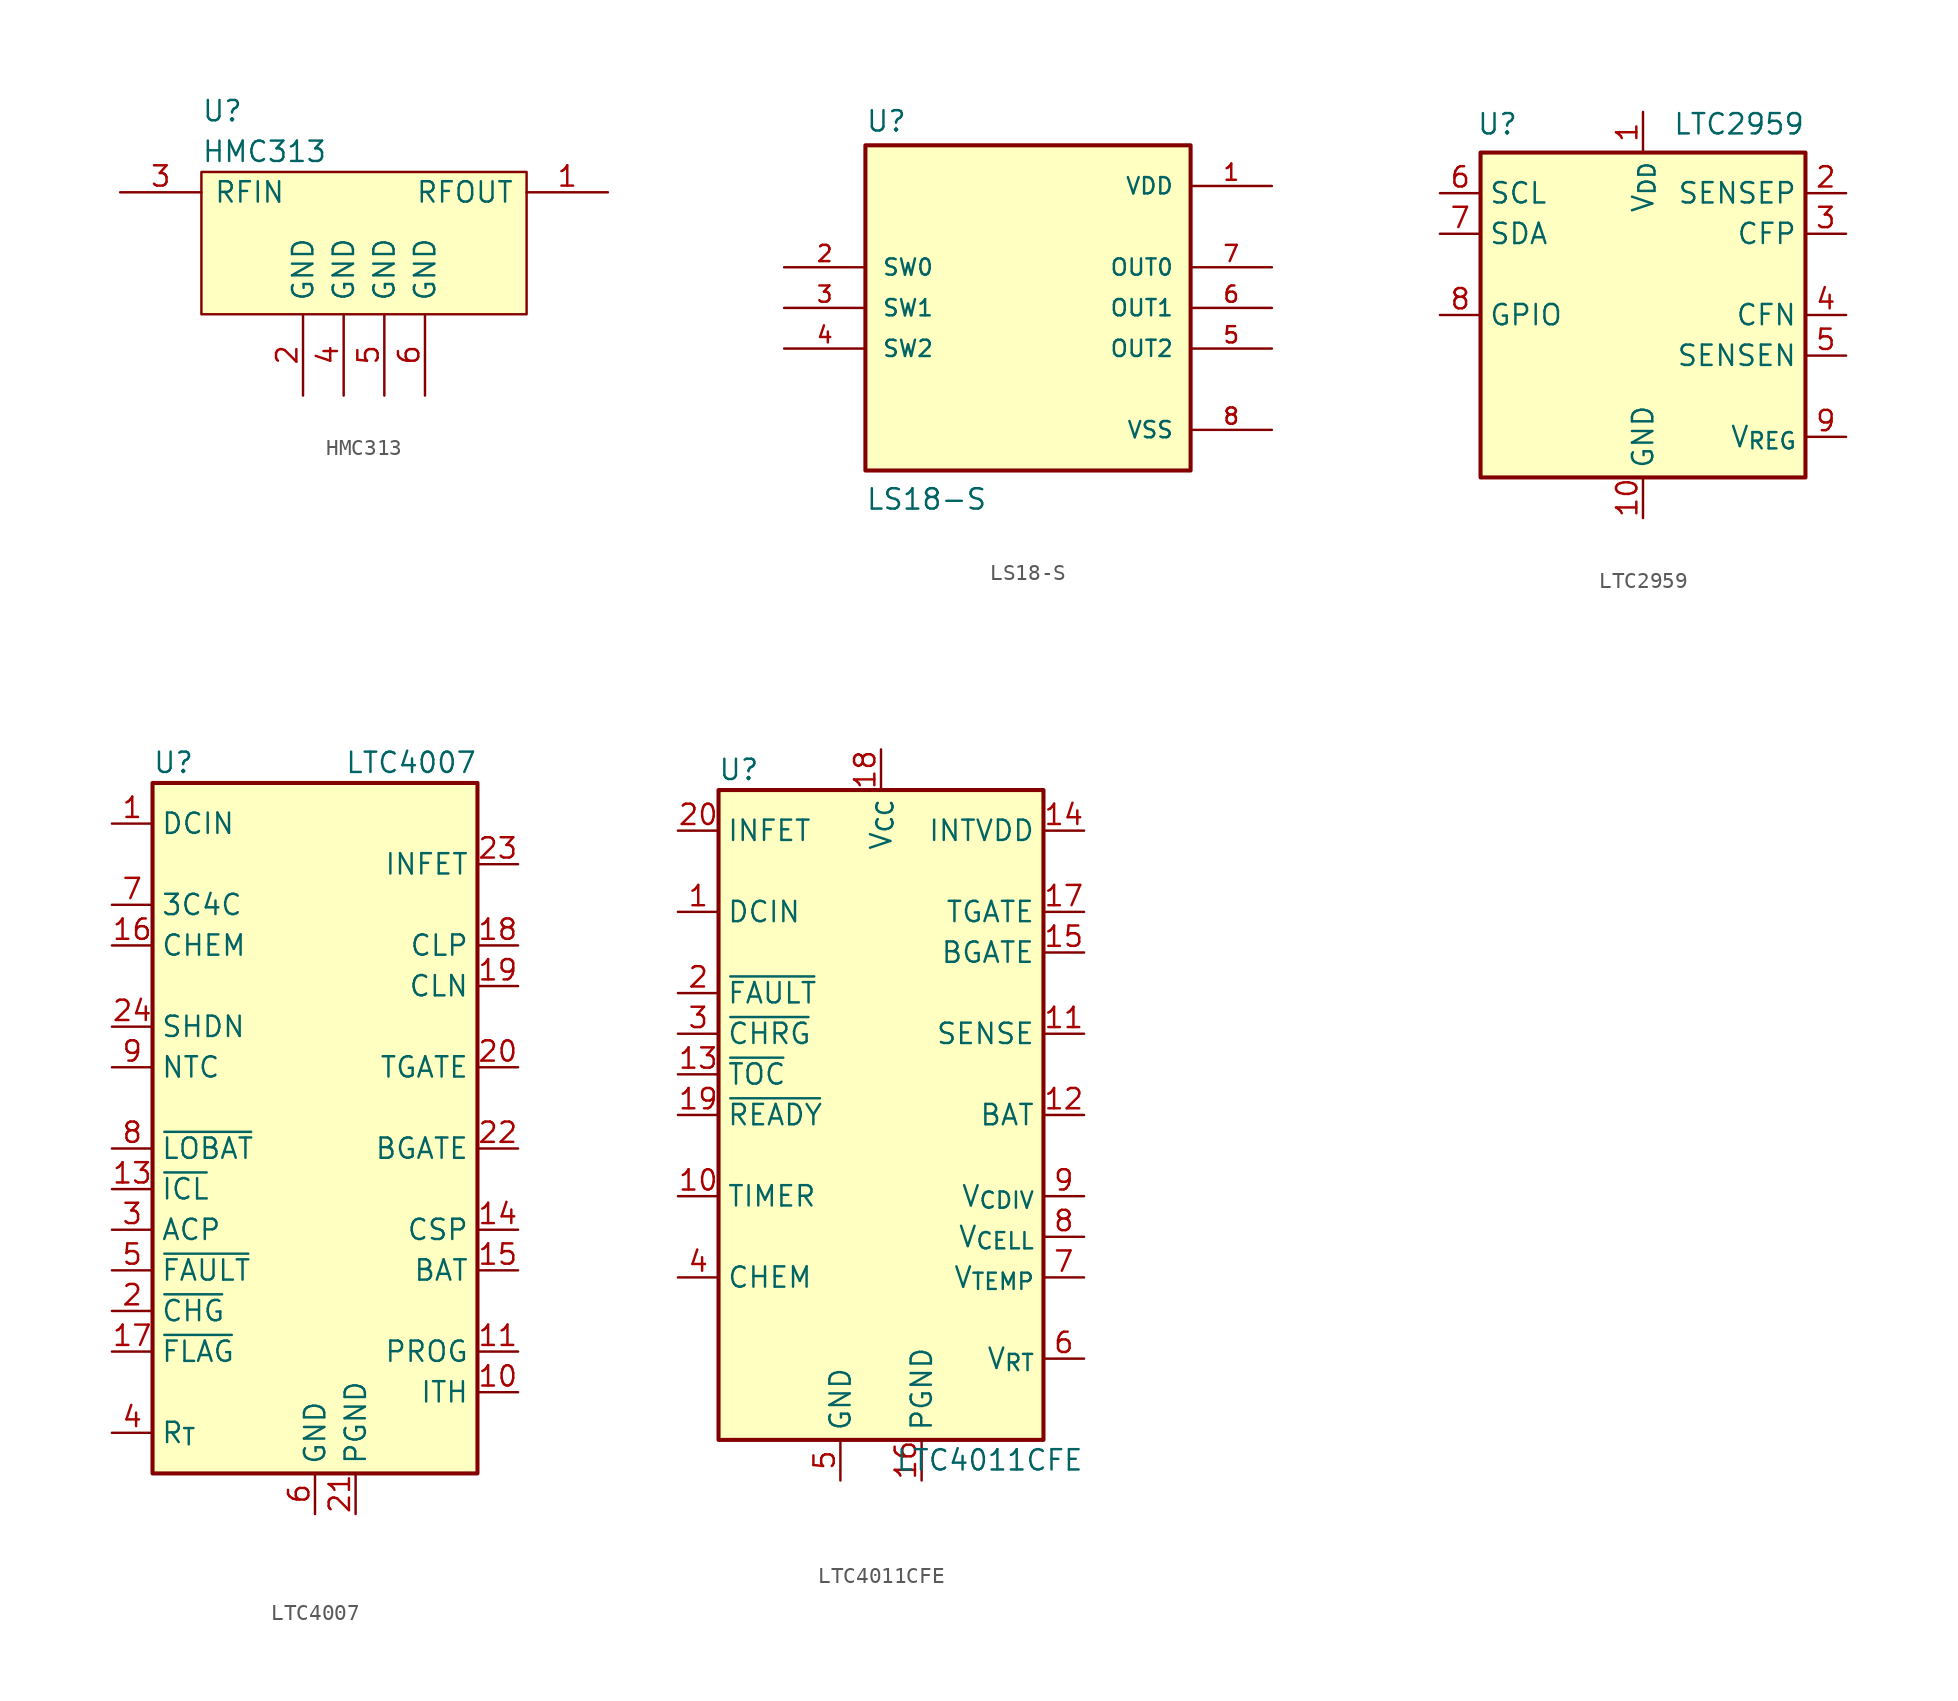
<source format=kicad_sym>
(kicad_symbol_lib
  (version 20231120)
  (generator "kicad_symbol_editor")
  (generator_version "8.0")
  (symbol "HMC313"
    (pin_names
      (offset 0.762))
    (property "Reference" "U"
      (at -10.16 8.89 0)
      (effects (font (size 1.27 1.27)) (justify left)))
    (property "Value" "HMC313"
      (at -10.16 6.35 0)
      (effects (font (size 1.27 1.27)) (justify left)))
    (symbol "HMC313_0_0"
      (pin bidirectional line (at 15.24 3.81 180) (length 5.08) (name "RFOUT" (effects (font (size 1.27 1.27)))) (number "1" (effects (font (size 1.27 1.27)))))
      (pin power_in line (at -3.81 -8.89 90) (length 5.08) (name "GND" (effects (font (size 1.27 1.27)))) (number "2" (effects (font (size 1.27 1.27)))))
      (pin bidirectional line (at -15.24 3.81 0) (length 5.08) (name "RFIN" (effects (font (size 1.27 1.27)))) (number "3" (effects (font (size 1.27 1.27)))))
      (pin power_in line (at -1.27 -8.89 90) (length 5.08) (name "GND" (effects (font (size 1.27 1.27)))) (number "4" (effects (font (size 1.27 1.27)))))
      (pin power_in line (at 1.27 -8.89 90) (length 5.08) (name "GND" (effects (font (size 1.27 1.27)))) (number "5" (effects (font (size 1.27 1.27)))))
      (pin power_in line (at 3.81 -8.89 90) (length 5.08) (name "GND" (effects (font (size 1.27 1.27)))) (number "6" (effects (font (size 1.27 1.27))))))
    (symbol "HMC313_0_1"
      (polyline (pts (xy -10.16 5.08) (xy 10.16 5.08) (xy 10.16 -3.81) (xy -10.16 -3.81) (xy -10.16 5.08)) (stroke (width 0.152) (type default)) (fill (type background)))))
  (symbol "LS18-S"
    (pin_names
      (offset 1.016))
    (property "Reference" "U"
      (at -10.16 10.922 0)
      (effects (font (size 1.27 1.27)) (justify left bottom)))
    (property "Value" "LS18-S"
      (at -10.16 -12.7 0)
      (effects (font (size 1.27 1.27)) (justify left bottom)))
    (symbol "LS18-S_0_0"
      (rectangle (start -10.16 10.16) (end 10.16 -10.16) (stroke (width 0.254) (type default)) (fill (type background)))
      (pin power_in line (at 15.24 7.62 180) (length 5.08) (name "VDD" (effects (font (size 1.016 1.016)))) (number "1" (effects (font (size 1.016 1.016)))))
      (pin input line (at -15.24 2.54 0) (length 5.08) (name "SW0" (effects (font (size 1.016 1.016)))) (number "2" (effects (font (size 1.016 1.016)))))
      (pin input line (at -15.24 0 0) (length 5.08) (name "SW1" (effects (font (size 1.016 1.016)))) (number "3" (effects (font (size 1.016 1.016)))))
      (pin input line (at -15.24 -2.54 0) (length 5.08) (name "SW2" (effects (font (size 1.016 1.016)))) (number "4" (effects (font (size 1.016 1.016)))))
      (pin output line (at 15.24 -2.54 180) (length 5.08) (name "OUT2" (effects (font (size 1.016 1.016)))) (number "5" (effects (font (size 1.016 1.016)))))
      (pin output line (at 15.24 0 180) (length 5.08) (name "OUT1" (effects (font (size 1.016 1.016)))) (number "6" (effects (font (size 1.016 1.016)))))
      (pin output line (at 15.24 2.54 180) (length 5.08) (name "OUT0" (effects (font (size 1.016 1.016)))) (number "7" (effects (font (size 1.016 1.016)))))
      (pin power_in line (at 15.24 -7.62 180) (length 5.08) (name "VSS" (effects (font (size 1.016 1.016)))) (number "8" (effects (font (size 1.016 1.016)))))))
  (symbol "LTC2959"
    (property "Reference" "U"
      (at -10.414 11.938 0)
      (effects (font (size 1.27 1.27)) (justify left)))
    (property "Value" "LTC2959"
      (at 10.16 11.938 0)
      (effects (font (size 1.27 1.27)) (justify right)))
    (symbol "LTC2959_1_1"
      (rectangle (start -10.16 10.16) (end 10.16 -10.16) (stroke (width 0.254) (type default)) (fill (type background)))
      (pin power_in line (at 0 12.7 270) (length 2.54) (name "V_{DD}" (effects (font (size 1.27 1.27)))) (number "1" (effects (font (size 1.27 1.27)))))
      (pin power_in line (at 0 -12.7 90) (length 2.54) (name "GND" (effects (font (size 1.27 1.27)))) (number "10" (effects (font (size 1.27 1.27)))))
      (pin no_connect line (at -10.16 -7.62 0) (length 2.54) hide (name "EP" (effects (font (size 1.27 1.27)))) (number "11" (effects (font (size 1.27 1.27)))))
      (pin passive line (at 12.7 7.62 180) (length 2.54) (name "SENSEP" (effects (font (size 1.27 1.27)))) (number "2" (effects (font (size 1.27 1.27)))))
      (pin passive line (at 12.7 5.08 180) (length 2.54) (name "CFP" (effects (font (size 1.27 1.27)))) (number "3" (effects (font (size 1.27 1.27)))))
      (pin passive line (at 12.7 0 180) (length 2.54) (name "CFN" (effects (font (size 1.27 1.27)))) (number "4" (effects (font (size 1.27 1.27)))))
      (pin passive line (at 12.7 -2.54 180) (length 2.54) (name "SENSEN" (effects (font (size 1.27 1.27)))) (number "5" (effects (font (size 1.27 1.27)))))
      (pin input line (at -12.7 7.62 0) (length 2.54) (name "SCL" (effects (font (size 1.27 1.27)))) (number "6" (effects (font (size 1.27 1.27)))))
      (pin bidirectional line (at -12.7 5.08 0) (length 2.54) (name "SDA" (effects (font (size 1.27 1.27)))) (number "7" (effects (font (size 1.27 1.27)))))
      (pin bidirectional line (at -12.7 0 0) (length 2.54) (name "GPIO" (effects (font (size 1.27 1.27)))) (number "8" (effects (font (size 1.27 1.27)))))
      (pin power_out line (at 12.7 -7.62 180) (length 2.54) (name "V_{REG}" (effects (font (size 1.27 1.27)))) (number "9" (effects (font (size 1.27 1.27)))))))
  (symbol "LTC4007"
    (property "Reference" "U"
      (at -10.16 24.13 0)
      (effects (font (size 1.27 1.27)) (justify left)))
    (property "Value" "LTC4007"
      (at 10.16 24.13 0)
      (effects (font (size 1.27 1.27)) (justify right)))
    (symbol "LTC4007_0_1"
      (rectangle (start -10.16 22.86) (end 10.16 -20.32) (stroke (width 0.254) (type default)) (fill (type background))))
    (symbol "LTC4007_1_1"
      (pin input line (at -12.7 20.32 0) (length 2.54) (name "DCIN" (effects (font (size 1.27 1.27)))) (number "1" (effects (font (size 1.27 1.27)))))
      (pin passive line (at 12.7 -15.24 180) (length 2.54) (name "ITH" (effects (font (size 1.27 1.27)))) (number "10" (effects (font (size 1.27 1.27)))))
      (pin bidirectional line (at 12.7 -12.7 180) (length 2.54) (name "PROG" (effects (font (size 1.27 1.27)))) (number "11" (effects (font (size 1.27 1.27)))))
      (pin no_connect line (at -2.54 -20.32 90) (length 2.54) hide (name "NC" (effects (font (size 1.27 1.27)))) (number "12" (effects (font (size 1.27 1.27)))))
      (pin output line (at -12.7 -2.54 0) (length 2.54) (name "~{ICL}" (effects (font (size 1.27 1.27)))) (number "13" (effects (font (size 1.27 1.27)))))
      (pin input line (at 12.7 -5.08 180) (length 2.54) (name "CSP" (effects (font (size 1.27 1.27)))) (number "14" (effects (font (size 1.27 1.27)))))
      (pin input line (at 12.7 -7.62 180) (length 2.54) (name "BAT" (effects (font (size 1.27 1.27)))) (number "15" (effects (font (size 1.27 1.27)))))
      (pin input line (at -12.7 12.7 0) (length 2.54) (name "CHEM" (effects (font (size 1.27 1.27)))) (number "16" (effects (font (size 1.27 1.27)))))
      (pin open_collector line (at -12.7 -12.7 0) (length 2.54) (name "~{FLAG}" (effects (font (size 1.27 1.27)))) (number "17" (effects (font (size 1.27 1.27)))))
      (pin input line (at 12.7 12.7 180) (length 2.54) (name "CLP" (effects (font (size 1.27 1.27)))) (number "18" (effects (font (size 1.27 1.27)))))
      (pin input line (at 12.7 10.16 180) (length 2.54) (name "CLN" (effects (font (size 1.27 1.27)))) (number "19" (effects (font (size 1.27 1.27)))))
      (pin output line (at -12.7 -10.16 0) (length 2.54) (name "~{CHG}" (effects (font (size 1.27 1.27)))) (number "2" (effects (font (size 1.27 1.27)))))
      (pin output line (at 12.7 5.08 180) (length 2.54) (name "TGATE" (effects (font (size 1.27 1.27)))) (number "20" (effects (font (size 1.27 1.27)))))
      (pin power_in line (at 2.54 -22.86 90) (length 2.54) (name "PGND" (effects (font (size 1.27 1.27)))) (number "21" (effects (font (size 1.27 1.27)))))
      (pin output line (at 12.7 0 180) (length 2.54) (name "BGATE" (effects (font (size 1.27 1.27)))) (number "22" (effects (font (size 1.27 1.27)))))
      (pin output line (at 12.7 17.78 180) (length 2.54) (name "INFET" (effects (font (size 1.27 1.27)))) (number "23" (effects (font (size 1.27 1.27)))))
      (pin input line (at -12.7 7.62 0) (length 2.54) (name "SHDN" (effects (font (size 1.27 1.27)))) (number "24" (effects (font (size 1.27 1.27)))))
      (pin open_collector line (at -12.7 -5.08 0) (length 2.54) (name "ACP" (effects (font (size 1.27 1.27)))) (number "3" (effects (font (size 1.27 1.27)))))
      (pin passive line (at -12.7 -17.78 0) (length 2.54) (name "R_{T}" (effects (font (size 1.27 1.27)))) (number "4" (effects (font (size 1.27 1.27)))))
      (pin open_collector line (at -12.7 -7.62 0) (length 2.54) (name "~{FAULT}" (effects (font (size 1.27 1.27)))) (number "5" (effects (font (size 1.27 1.27)))))
      (pin power_in line (at 0 -22.86 90) (length 2.54) (name "GND" (effects (font (size 1.27 1.27)))) (number "6" (effects (font (size 1.27 1.27)))))
      (pin input line (at -12.7 15.24 0) (length 2.54) (name "3C4C" (effects (font (size 1.27 1.27)))) (number "7" (effects (font (size 1.27 1.27)))))
      (pin output line (at -12.7 0 0) (length 2.54) (name "~{LOBAT}" (effects (font (size 1.27 1.27)))) (number "8" (effects (font (size 1.27 1.27)))))
      (pin input line (at -12.7 5.08 0) (length 2.54) (name "NTC" (effects (font (size 1.27 1.27)))) (number "9" (effects (font (size 1.27 1.27)))))))
  (symbol "LTC4011CFE"
    (property "Reference" "U"
      (at -8.89 21.59 0)
      (effects (font (size 1.27 1.27))))
    (property "Value" "LTC4011CFE"
      (at 12.7 -21.59 0)
      (effects (font (size 1.27 1.27)) (justify right)))
    (symbol "LTC4011CFE_0_1"
      (rectangle (start -10.16 20.32) (end 10.16 -20.32) (stroke (width 0.254) (type default)) (fill (type background))))
    (symbol "LTC4011CFE_1_1"
      (pin input line (at -12.7 12.7 0) (length 2.54) (name "DCIN" (effects (font (size 1.27 1.27)))) (number "1" (effects (font (size 1.27 1.27)))))
      (pin passive line (at -12.7 -5.08 0) (length 2.54) (name "TIMER" (effects (font (size 1.27 1.27)))) (number "10" (effects (font (size 1.27 1.27)))))
      (pin input line (at 12.7 5.08 180) (length 2.54) (name "SENSE" (effects (font (size 1.27 1.27)))) (number "11" (effects (font (size 1.27 1.27)))))
      (pin power_out line (at 12.7 0 180) (length 2.54) (name "BAT" (effects (font (size 1.27 1.27)))) (number "12" (effects (font (size 1.27 1.27)))))
      (pin open_collector line (at -12.7 2.54 0) (length 2.54) (name "~{TOC}" (effects (font (size 1.27 1.27)))) (number "13" (effects (font (size 1.27 1.27)))))
      (pin power_out line (at 12.7 17.78 180) (length 2.54) (name "INTVDD" (effects (font (size 1.27 1.27)))) (number "14" (effects (font (size 1.27 1.27)))))
      (pin output line (at 12.7 10.16 180) (length 2.54) (name "BGATE" (effects (font (size 1.27 1.27)))) (number "15" (effects (font (size 1.27 1.27)))))
      (pin power_in line (at 2.54 -22.86 90) (length 2.54) (name "PGND" (effects (font (size 1.27 1.27)))) (number "16" (effects (font (size 1.27 1.27)))))
      (pin output line (at 12.7 12.7 180) (length 2.54) (name "TGATE" (effects (font (size 1.27 1.27)))) (number "17" (effects (font (size 1.27 1.27)))))
      (pin power_in line (at 0 22.86 270) (length 2.54) (name "V_{CC}" (effects (font (size 1.27 1.27)))) (number "18" (effects (font (size 1.27 1.27)))))
      (pin open_collector line (at -12.7 0 0) (length 2.54) (name "~{READY}" (effects (font (size 1.27 1.27)))) (number "19" (effects (font (size 1.27 1.27)))))
      (pin open_collector line (at -12.7 7.62 0) (length 2.54) (name "~{FAULT}" (effects (font (size 1.27 1.27)))) (number "2" (effects (font (size 1.27 1.27)))))
      (pin output line (at -12.7 17.78 0) (length 2.54) (name "INFET" (effects (font (size 1.27 1.27)))) (number "20" (effects (font (size 1.27 1.27)))))
      (pin passive line (at -2.54 -22.86 90) (length 2.54) hide (name "GND" (effects (font (size 1.27 1.27)))) (number "21" (effects (font (size 1.27 1.27)))))
      (pin open_collector line (at -12.7 5.08 0) (length 2.54) (name "~{CHRG}" (effects (font (size 1.27 1.27)))) (number "3" (effects (font (size 1.27 1.27)))))
      (pin passive line (at -12.7 -10.16 0) (length 2.54) (name "CHEM" (effects (font (size 1.27 1.27)))) (number "4" (effects (font (size 1.27 1.27)))))
      (pin power_in line (at -2.54 -22.86 90) (length 2.54) (name "GND" (effects (font (size 1.27 1.27)))) (number "5" (effects (font (size 1.27 1.27)))))
      (pin output line (at 12.7 -15.24 180) (length 2.54) (name "V_{RT}" (effects (font (size 1.27 1.27)))) (number "6" (effects (font (size 1.27 1.27)))))
      (pin input line (at 12.7 -10.16 180) (length 2.54) (name "V_{TEMP}" (effects (font (size 1.27 1.27)))) (number "7" (effects (font (size 1.27 1.27)))))
      (pin input line (at 12.7 -7.62 180) (length 2.54) (name "V_{CELL}" (effects (font (size 1.27 1.27)))) (number "8" (effects (font (size 1.27 1.27)))))
      (pin output line (at 12.7 -5.08 180) (length 2.54) (name "V_{CDIV}" (effects (font (size 1.27 1.27)))) (number "9" (effects (font (size 1.27 1.27))))))))
</source>
